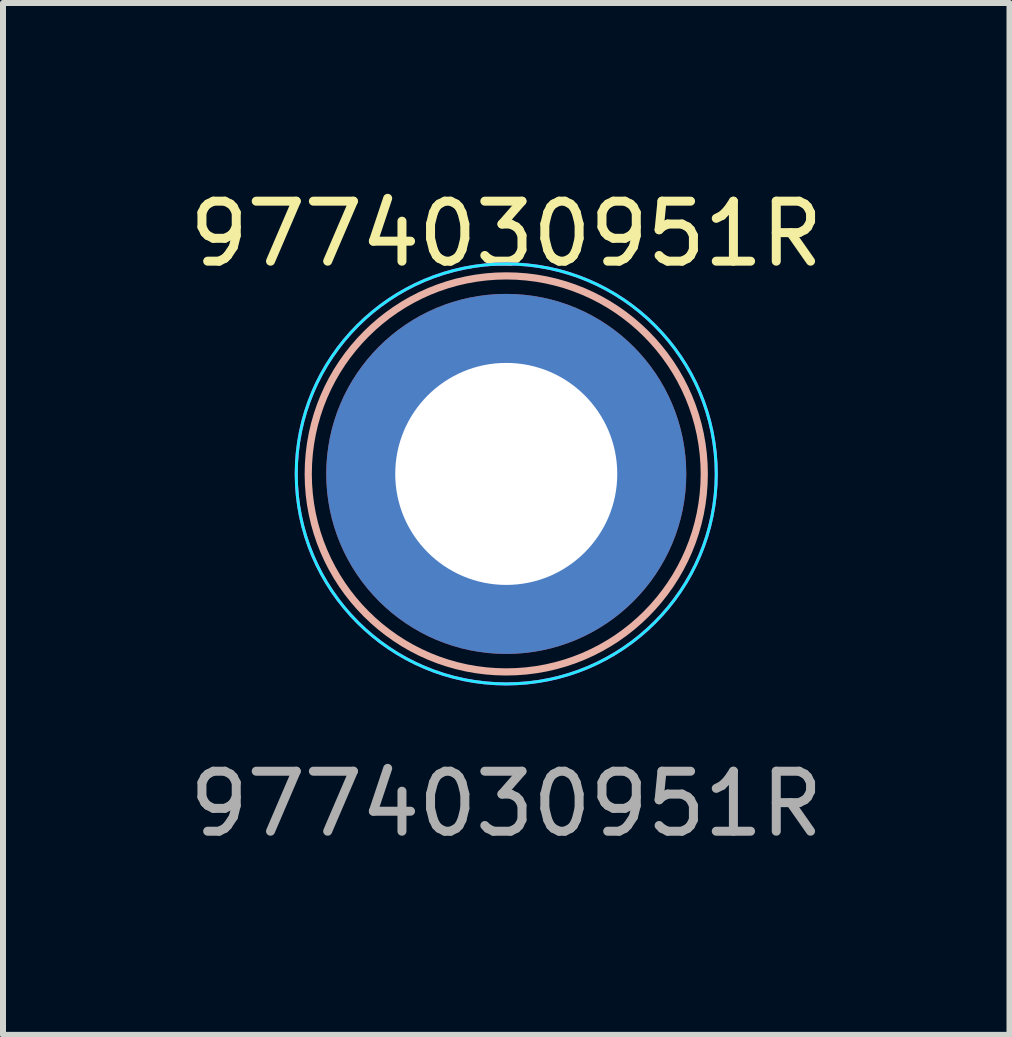
<source format=kicad_pcb>
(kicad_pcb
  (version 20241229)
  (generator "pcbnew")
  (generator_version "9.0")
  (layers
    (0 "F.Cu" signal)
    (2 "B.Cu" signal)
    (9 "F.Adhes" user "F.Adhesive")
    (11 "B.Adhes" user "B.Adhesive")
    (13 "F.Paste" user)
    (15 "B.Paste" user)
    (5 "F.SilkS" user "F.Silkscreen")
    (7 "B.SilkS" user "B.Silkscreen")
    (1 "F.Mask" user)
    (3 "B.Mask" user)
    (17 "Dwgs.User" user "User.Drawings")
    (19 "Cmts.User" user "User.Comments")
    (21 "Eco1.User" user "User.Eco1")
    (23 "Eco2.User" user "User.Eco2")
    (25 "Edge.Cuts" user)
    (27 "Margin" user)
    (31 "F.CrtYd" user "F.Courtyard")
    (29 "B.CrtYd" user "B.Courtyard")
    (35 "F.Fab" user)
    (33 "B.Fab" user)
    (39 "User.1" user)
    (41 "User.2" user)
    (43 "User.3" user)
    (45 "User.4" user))
  (footprint "9774030951R"
    (layer "F.Cu")
    (at 5.387 4.848)
    (property "Reference" "9774030951R" (at 0 -4 0) (unlocked yes) (layer "F.SilkS") (effects (font (size 1 1) (thickness 0.15))))
    (attr smd)
    (fp_circle (center 0 0) (end 3.3 0) (stroke (width 0.12) (type solid)) (fill no) (layer "B.SilkS"))
    (fp_circle (center 0 0) (end 3.5 0) (stroke (width 0.05) (type solid)) (fill no) (layer "B.CrtYd"))
    (fp_circle (center 0 0) (end 3.5 0) (stroke (width 0.05) (type solid)) (fill no) (layer "F.CrtYd"))
    (fp_text user "${REFERENCE}" (at 0 5.5 0) (unlocked yes) (layer "F.Fab") (effects (font (size 1 1) (thickness 0.15))))
    (pad "1" thru_hole circle (at 0 0) (size 6 6) (drill 3.7) (layers "*.Cu" "*.Mask")))
  (gr_rect
    (start -3 -3)
    (end 13.774 14.197)
    (stroke (width 0.1) (type default))
    (fill no)
    (layer "Edge.Cuts")))
</source>
